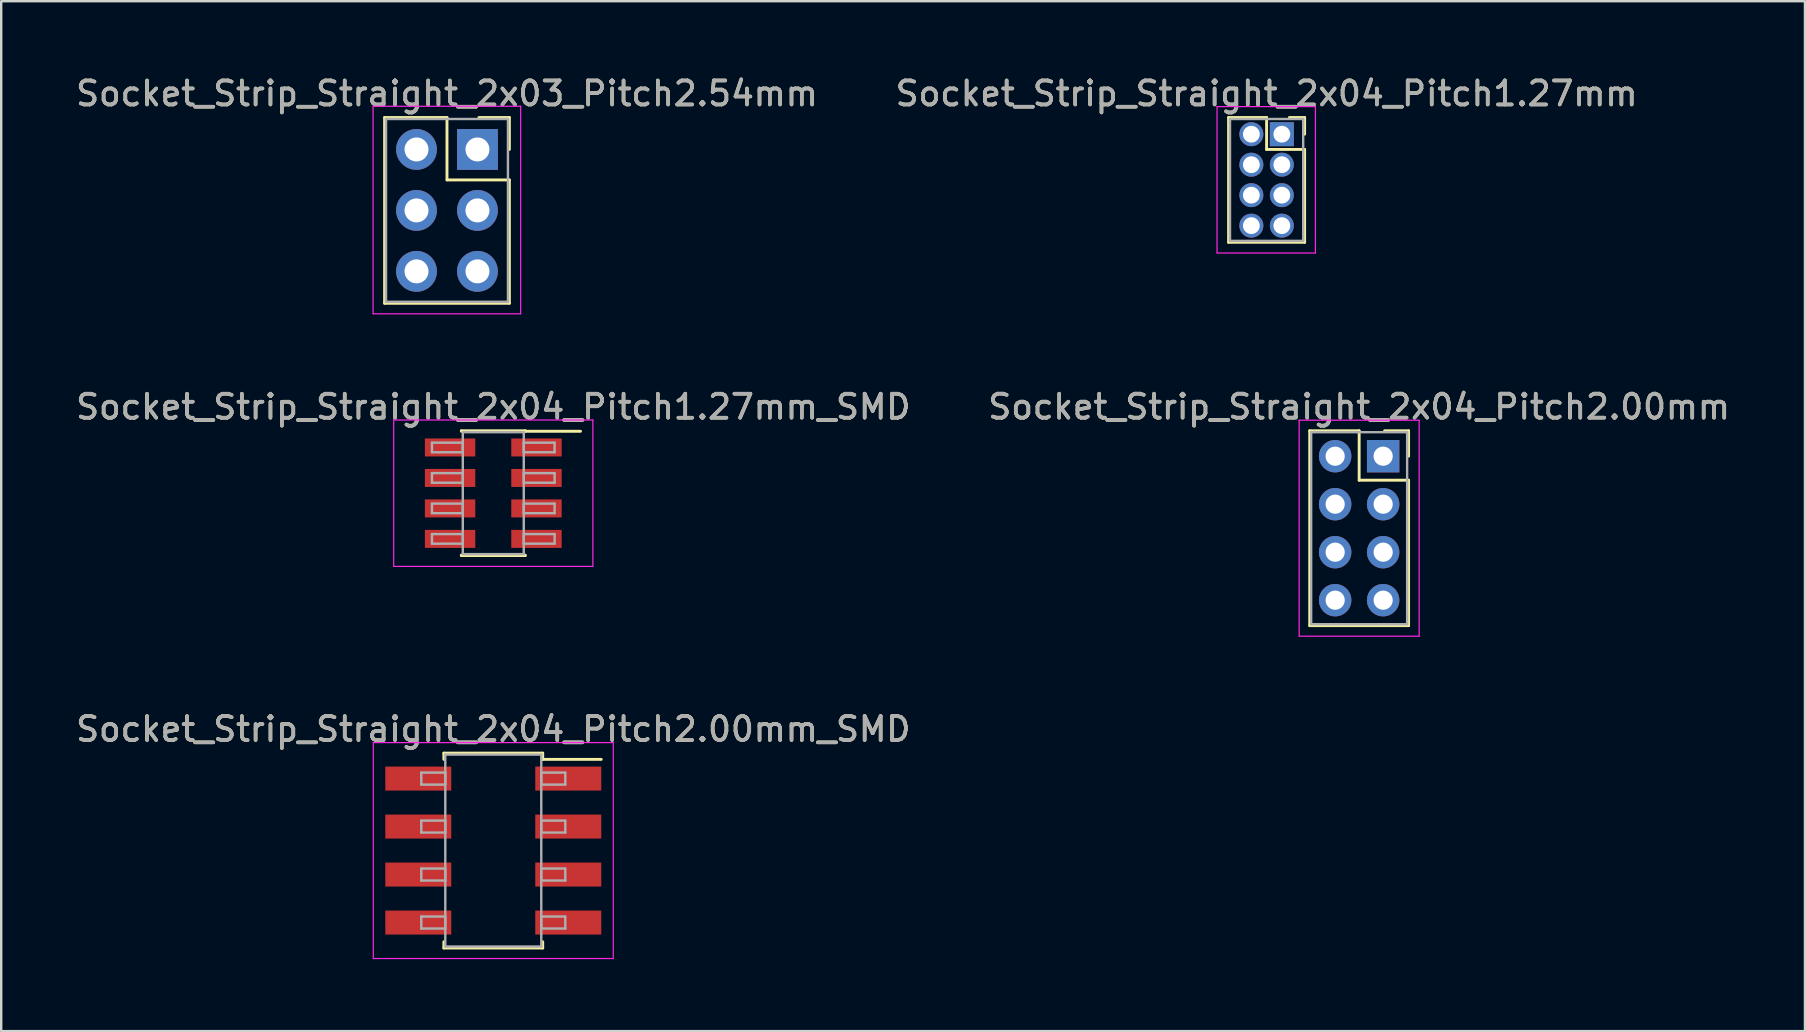
<source format=kicad_pcb>
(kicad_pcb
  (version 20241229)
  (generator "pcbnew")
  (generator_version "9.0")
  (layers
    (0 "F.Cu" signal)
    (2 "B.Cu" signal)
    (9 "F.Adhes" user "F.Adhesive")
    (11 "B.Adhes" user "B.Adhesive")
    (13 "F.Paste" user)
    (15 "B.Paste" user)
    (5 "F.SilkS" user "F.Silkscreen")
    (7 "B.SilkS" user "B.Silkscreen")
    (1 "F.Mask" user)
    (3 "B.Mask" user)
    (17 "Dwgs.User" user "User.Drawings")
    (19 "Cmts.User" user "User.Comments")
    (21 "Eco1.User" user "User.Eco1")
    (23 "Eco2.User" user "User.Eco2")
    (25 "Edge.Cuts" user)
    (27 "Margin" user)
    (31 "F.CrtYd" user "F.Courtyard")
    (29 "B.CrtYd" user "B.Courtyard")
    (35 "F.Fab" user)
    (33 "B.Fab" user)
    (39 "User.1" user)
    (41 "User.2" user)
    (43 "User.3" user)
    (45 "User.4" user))
  (footprint "Socket_Strip_Straight_2x04_Pitch1.27mm_SMD"
    (layer "F.Cu")
    (at 17.506 17.502)
    (property "Reference" "Socket_Strip_Straight_2x04_Pitch1.27mm_SMD" (at 0 -3.6 0) (layer "F.SilkS") (effects (font (size 1 1) (thickness 0.15))))
    (attr smd)
    (fp_line (start -1.33 -2.6) (end 1.33 -2.6) (stroke (width 0.12) (type solid)) (layer "F.SilkS"))
    (fp_line (start -1.33 -2.58) (end -1.33 -2.6) (stroke (width 0.12) (type solid)) (layer "F.SilkS"))
    (fp_line (start -1.33 2.58) (end -1.33 2.6) (stroke (width 0.12) (type solid)) (layer "F.SilkS"))
    (fp_line (start -1.33 2.6) (end 1.33 2.6) (stroke (width 0.12) (type solid)) (layer "F.SilkS"))
    (fp_line (start 1.33 -2.6) (end 1.33 -2.58) (stroke (width 0.12) (type solid)) (layer "F.SilkS"))
    (fp_line (start 1.33 2.6) (end 1.33 2.58) (stroke (width 0.12) (type solid)) (layer "F.SilkS"))
    (fp_line (start 3.635 -2.58) (end 1.33 -2.58) (stroke (width 0.12) (type solid)) (layer "F.SilkS"))
    (fp_line (start -4.15 -3.05) (end -4.15 3.05) (stroke (width 0.05) (type solid)) (layer "F.CrtYd"))
    (fp_line (start -4.15 3.05) (end 4.15 3.05) (stroke (width 0.05) (type solid)) (layer "F.CrtYd"))
    (fp_line (start 4.15 -3.05) (end -4.15 -3.05) (stroke (width 0.05) (type solid)) (layer "F.CrtYd"))
    (fp_line (start 4.15 3.05) (end 4.15 -3.05) (stroke (width 0.05) (type solid)) (layer "F.CrtYd"))
    (fp_line (start -2.555 -2.105) (end -1.27 -2.105) (stroke (width 0.1) (type solid)) (layer "F.Fab"))
    (fp_line (start -2.555 -1.705) (end -2.555 -2.105) (stroke (width 0.1) (type solid)) (layer "F.Fab"))
    (fp_line (start -2.555 -0.835) (end -1.27 -0.835) (stroke (width 0.1) (type solid)) (layer "F.Fab"))
    (fp_line (start -2.555 -0.435) (end -2.555 -0.835) (stroke (width 0.1) (type solid)) (layer "F.Fab"))
    (fp_line (start -2.555 0.435) (end -1.27 0.435) (stroke (width 0.1) (type solid)) (layer "F.Fab"))
    (fp_line (start -2.555 0.835) (end -2.555 0.435) (stroke (width 0.1) (type solid)) (layer "F.Fab"))
    (fp_line (start -2.555 1.705) (end -1.27 1.705) (stroke (width 0.1) (type solid)) (layer "F.Fab"))
    (fp_line (start -2.555 2.105) (end -2.555 1.705) (stroke (width 0.1) (type solid)) (layer "F.Fab"))
    (fp_line (start -1.27 -2.54) (end -1.27 2.54) (stroke (width 0.1) (type solid)) (layer "F.Fab"))
    (fp_line (start -1.27 -2.105) (end -1.27 -1.705) (stroke (width 0.1) (type solid)) (layer "F.Fab"))
    (fp_line (start -1.27 -1.705) (end -2.555 -1.705) (stroke (width 0.1) (type solid)) (layer "F.Fab"))
    (fp_line (start -1.27 -0.835) (end -1.27 -0.435) (stroke (width 0.1) (type solid)) (layer "F.Fab"))
    (fp_line (start -1.27 -0.435) (end -2.555 -0.435) (stroke (width 0.1) (type solid)) (layer "F.Fab"))
    (fp_line (start -1.27 0.435) (end -1.27 0.835) (stroke (width 0.1) (type solid)) (layer "F.Fab"))
    (fp_line (start -1.27 0.835) (end -2.555 0.835) (stroke (width 0.1) (type solid)) (layer "F.Fab"))
    (fp_line (start -1.27 1.705) (end -1.27 2.105) (stroke (width 0.1) (type solid)) (layer "F.Fab"))
    (fp_line (start -1.27 2.105) (end -2.555 2.105) (stroke (width 0.1) (type solid)) (layer "F.Fab"))
    (fp_line (start -1.27 2.54) (end 1.27 2.54) (stroke (width 0.1) (type solid)) (layer "F.Fab"))
    (fp_line (start 1.27 -2.54) (end -1.27 -2.54) (stroke (width 0.1) (type solid)) (layer "F.Fab"))
    (fp_line (start 1.27 -2.105) (end 1.27 -1.705) (stroke (width 0.1) (type solid)) (layer "F.Fab"))
    (fp_line (start 1.27 -1.705) (end 2.555 -1.705) (stroke (width 0.1) (type solid)) (layer "F.Fab"))
    (fp_line (start 1.27 -0.835) (end 1.27 -0.435) (stroke (width 0.1) (type solid)) (layer "F.Fab"))
    (fp_line (start 1.27 -0.435) (end 2.555 -0.435) (stroke (width 0.1) (type solid)) (layer "F.Fab"))
    (fp_line (start 1.27 0.435) (end 1.27 0.835) (stroke (width 0.1) (type solid)) (layer "F.Fab"))
    (fp_line (start 1.27 0.835) (end 2.555 0.835) (stroke (width 0.1) (type solid)) (layer "F.Fab"))
    (fp_line (start 1.27 1.705) (end 1.27 2.105) (stroke (width 0.1) (type solid)) (layer "F.Fab"))
    (fp_line (start 1.27 2.105) (end 2.555 2.105) (stroke (width 0.1) (type solid)) (layer "F.Fab"))
    (fp_line (start 1.27 2.54) (end 1.27 -2.54) (stroke (width 0.1) (type solid)) (layer "F.Fab"))
    (fp_line (start 2.555 -2.105) (end 1.27 -2.105) (stroke (width 0.1) (type solid)) (layer "F.Fab"))
    (fp_line (start 2.555 -1.705) (end 2.555 -2.105) (stroke (width 0.1) (type solid)) (layer "F.Fab"))
    (fp_line (start 2.555 -0.835) (end 1.27 -0.835) (stroke (width 0.1) (type solid)) (layer "F.Fab"))
    (fp_line (start 2.555 -0.435) (end 2.555 -0.835) (stroke (width 0.1) (type solid)) (layer "F.Fab"))
    (fp_line (start 2.555 0.435) (end 1.27 0.435) (stroke (width 0.1) (type solid)) (layer "F.Fab"))
    (fp_line (start 2.555 0.835) (end 2.555 0.435) (stroke (width 0.1) (type solid)) (layer "F.Fab"))
    (fp_line (start 2.555 1.705) (end 1.27 1.705) (stroke (width 0.1) (type solid)) (layer "F.Fab"))
    (fp_line (start 2.555 2.105) (end 2.555 1.705) (stroke (width 0.1) (type solid)) (layer "F.Fab"))
    (fp_text user "${REFERENCE}" (at 0 -3.6 0) (layer "F.Fab") (effects (font (size 1 1) (thickness 0.15))))
    (pad "1" smd rect (at 1.8 -1.905) (size 2.1 0.75) (layers "F.Cu" "F.Mask" "F.Paste"))
    (pad "2" smd rect (at -1.8 -1.905) (size 2.1 0.75) (layers "F.Cu" "F.Mask" "F.Paste"))
    (pad "3" smd rect (at 1.8 -0.635) (size 2.1 0.75) (layers "F.Cu" "F.Mask" "F.Paste"))
    (pad "4" smd rect (at -1.8 -0.635) (size 2.1 0.75) (layers "F.Cu" "F.Mask" "F.Paste"))
    (pad "5" smd rect (at 1.8 0.635) (size 2.1 0.75) (layers "F.Cu" "F.Mask" "F.Paste"))
    (pad "6" smd rect (at -1.8 0.635) (size 2.1 0.75) (layers "F.Cu" "F.Mask" "F.Paste"))
    (pad "7" smd rect (at 1.8 1.905) (size 2.1 0.75) (layers "F.Cu" "F.Mask" "F.Paste"))
    (pad "8" smd rect (at -1.8 1.905) (size 2.1 0.75) (layers "F.Cu" "F.Mask" "F.Paste")))
  (footprint "Socket_Strip_Straight_2x04_Pitch2.00mm"
    (layer "F.Cu")
    (at 54.589 15.961)
    (property "Reference" "Socket_Strip_Straight_2x04_Pitch2.00mm" (at -1 -2.06 0) (layer "F.SilkS") (effects (font (size 1 1) (thickness 0.15))))
    (attr through_hole)
    (fp_line (start -3.06 -1.06) (end -1 -1.06) (stroke (width 0.12) (type solid)) (layer "F.SilkS"))
    (fp_line (start -3.06 7.06) (end -3.06 -1.06) (stroke (width 0.12) (type solid)) (layer "F.SilkS"))
    (fp_line (start -1 -1.06) (end -1 1) (stroke (width 0.12) (type solid)) (layer "F.SilkS"))
    (fp_line (start -1 1) (end 1.06 1) (stroke (width 0.12) (type solid)) (layer "F.SilkS"))
    (fp_line (start 1.06 -1.06) (end 0.06 -1.06) (stroke (width 0.12) (type solid)) (layer "F.SilkS"))
    (fp_line (start 1.06 0) (end 1.06 -1.06) (stroke (width 0.12) (type solid)) (layer "F.SilkS"))
    (fp_line (start 1.06 1) (end 1.06 7.06) (stroke (width 0.12) (type solid)) (layer "F.SilkS"))
    (fp_line (start 1.06 7.06) (end -3.06 7.06) (stroke (width 0.12) (type solid)) (layer "F.SilkS"))
    (fp_line (start -3.5 -1.5) (end -3.5 7.5) (stroke (width 0.05) (type solid)) (layer "F.CrtYd"))
    (fp_line (start -3.5 7.5) (end 1.5 7.5) (stroke (width 0.05) (type solid)) (layer "F.CrtYd"))
    (fp_line (start 1.5 -1.5) (end -3.5 -1.5) (stroke (width 0.05) (type solid)) (layer "F.CrtYd"))
    (fp_line (start 1.5 7.5) (end 1.5 -1.5) (stroke (width 0.05) (type solid)) (layer "F.CrtYd"))
    (fp_line (start -3 -1) (end -3 7) (stroke (width 0.1) (type solid)) (layer "F.Fab"))
    (fp_line (start -3 7) (end 1 7) (stroke (width 0.1) (type solid)) (layer "F.Fab"))
    (fp_line (start 1 -1) (end -3 -1) (stroke (width 0.1) (type solid)) (layer "F.Fab"))
    (fp_line (start 1 7) (end 1 -1) (stroke (width 0.1) (type solid)) (layer "F.Fab"))
    (fp_text user "${REFERENCE}" (at -1 -2.06 0) (layer "F.Fab") (effects (font (size 1 1) (thickness 0.15))))
    (pad "1" thru_hole rect (at 0 0) (size 1.35 1.35) (drill 0.8) (layers "*.Cu" "*.Mask"))
    (pad "2" thru_hole oval (at -2 0) (size 1.35 1.35) (drill 0.8) (layers "*.Cu" "*.Mask"))
    (pad "3" thru_hole oval (at 0 2) (size 1.35 1.35) (drill 0.8) (layers "*.Cu" "*.Mask"))
    (pad "4" thru_hole oval (at -2 2) (size 1.35 1.35) (drill 0.8) (layers "*.Cu" "*.Mask"))
    (pad "5" thru_hole oval (at 0 4) (size 1.35 1.35) (drill 0.8) (layers "*.Cu" "*.Mask"))
    (pad "6" thru_hole oval (at -2 4) (size 1.35 1.35) (drill 0.8) (layers "*.Cu" "*.Mask"))
    (pad "7" thru_hole oval (at 0 6) (size 1.35 1.35) (drill 0.8) (layers "*.Cu" "*.Mask"))
    (pad "8" thru_hole oval (at -2 6) (size 1.35 1.35) (drill 0.8) (layers "*.Cu" "*.Mask")))
  (footprint "Socket_Strip_Straight_2x04_Pitch1.27mm"
    (layer "F.Cu")
    (at 50.367 2.543)
    (property "Reference" "Socket_Strip_Straight_2x04_Pitch1.27mm" (at -0.635 -1.695 0) (layer "F.SilkS") (effects (font (size 1 1) (thickness 0.15))))
    (attr through_hole)
    (fp_line (start -2.22 -0.695) (end -0.635 -0.695) (stroke (width 0.12) (type solid)) (layer "F.SilkS"))
    (fp_line (start -2.22 4.505) (end -2.22 -0.695) (stroke (width 0.12) (type solid)) (layer "F.SilkS"))
    (fp_line (start -0.635 -0.695) (end -0.635 0.635) (stroke (width 0.12) (type solid)) (layer "F.SilkS"))
    (fp_line (start -0.635 0.635) (end 0.95 0.635) (stroke (width 0.12) (type solid)) (layer "F.SilkS"))
    (fp_line (start 0.95 -0.695) (end 0.315 -0.695) (stroke (width 0.12) (type solid)) (layer "F.SilkS"))
    (fp_line (start 0.95 0) (end 0.95 -0.695) (stroke (width 0.12) (type solid)) (layer "F.SilkS"))
    (fp_line (start 0.95 0.635) (end 0.95 4.505) (stroke (width 0.12) (type solid)) (layer "F.SilkS"))
    (fp_line (start 0.95 4.505) (end -2.22 4.505) (stroke (width 0.12) (type solid)) (layer "F.SilkS"))
    (fp_line (start -2.7 -1.15) (end -2.7 4.95) (stroke (width 0.05) (type solid)) (layer "F.CrtYd"))
    (fp_line (start -2.7 4.95) (end 1.4 4.95) (stroke (width 0.05) (type solid)) (layer "F.CrtYd"))
    (fp_line (start 1.4 -1.15) (end -2.7 -1.15) (stroke (width 0.05) (type solid)) (layer "F.CrtYd"))
    (fp_line (start 1.4 4.95) (end 1.4 -1.15) (stroke (width 0.05) (type solid)) (layer "F.CrtYd"))
    (fp_line (start -2.16 -0.635) (end -2.16 4.445) (stroke (width 0.1) (type solid)) (layer "F.Fab"))
    (fp_line (start -2.16 4.445) (end 0.89 4.445) (stroke (width 0.1) (type solid)) (layer "F.Fab"))
    (fp_line (start 0.89 -0.635) (end -2.16 -0.635) (stroke (width 0.1) (type solid)) (layer "F.Fab"))
    (fp_line (start 0.89 4.445) (end 0.89 -0.635) (stroke (width 0.1) (type solid)) (layer "F.Fab"))
    (fp_text user "${REFERENCE}" (at -0.635 -1.695 0) (layer "F.Fab") (effects (font (size 1 1) (thickness 0.15))))
    (pad "1" thru_hole rect (at 0 0) (size 1 1) (drill 0.7) (layers "*.Cu" "*.Mask"))
    (pad "2" thru_hole oval (at -1.27 0) (size 1 1) (drill 0.7) (layers "*.Cu" "*.Mask"))
    (pad "3" thru_hole oval (at 0 1.27) (size 1 1) (drill 0.7) (layers "*.Cu" "*.Mask"))
    (pad "4" thru_hole oval (at -1.27 1.27) (size 1 1) (drill 0.7) (layers "*.Cu" "*.Mask"))
    (pad "5" thru_hole oval (at 0 2.54) (size 1 1) (drill 0.7) (layers "*.Cu" "*.Mask"))
    (pad "6" thru_hole oval (at -1.27 2.54) (size 1 1) (drill 0.7) (layers "*.Cu" "*.Mask"))
    (pad "7" thru_hole oval (at 0 3.81) (size 1 1) (drill 0.7) (layers "*.Cu" "*.Mask"))
    (pad "8" thru_hole oval (at -1.27 3.81) (size 1 1) (drill 0.7) (layers "*.Cu" "*.Mask")))
  (footprint "Socket_Strip_Straight_2x03_Pitch2.54mm"
    (layer "F.Cu")
    (at 16.847 3.178)
    (property "Reference" "Socket_Strip_Straight_2x03_Pitch2.54mm" (at -1.27 -2.33 0) (layer "F.SilkS") (effects (font (size 1 1) (thickness 0.15))))
    (attr through_hole)
    (fp_line (start -3.87 -1.33) (end -1.27 -1.33) (stroke (width 0.12) (type solid)) (layer "F.SilkS"))
    (fp_line (start -3.87 6.41) (end -3.87 -1.33) (stroke (width 0.12) (type solid)) (layer "F.SilkS"))
    (fp_line (start -1.27 -1.33) (end -1.27 1.27) (stroke (width 0.12) (type solid)) (layer "F.SilkS"))
    (fp_line (start -1.27 1.27) (end 1.33 1.27) (stroke (width 0.12) (type solid)) (layer "F.SilkS"))
    (fp_line (start 1.33 -1.33) (end 0.06 -1.33) (stroke (width 0.12) (type solid)) (layer "F.SilkS"))
    (fp_line (start 1.33 0) (end 1.33 -1.33) (stroke (width 0.12) (type solid)) (layer "F.SilkS"))
    (fp_line (start 1.33 1.27) (end 1.33 6.41) (stroke (width 0.12) (type solid)) (layer "F.SilkS"))
    (fp_line (start 1.33 6.41) (end -3.87 6.41) (stroke (width 0.12) (type solid)) (layer "F.SilkS"))
    (fp_line (start -4.35 -1.8) (end -4.35 6.85) (stroke (width 0.05) (type solid)) (layer "F.CrtYd"))
    (fp_line (start -4.35 6.85) (end 1.8 6.85) (stroke (width 0.05) (type solid)) (layer "F.CrtYd"))
    (fp_line (start 1.8 -1.8) (end -4.35 -1.8) (stroke (width 0.05) (type solid)) (layer "F.CrtYd"))
    (fp_line (start 1.8 6.85) (end 1.8 -1.8) (stroke (width 0.05) (type solid)) (layer "F.CrtYd"))
    (fp_line (start -3.81 -1.27) (end -3.81 6.35) (stroke (width 0.1) (type solid)) (layer "F.Fab"))
    (fp_line (start -3.81 6.35) (end 1.27 6.35) (stroke (width 0.1) (type solid)) (layer "F.Fab"))
    (fp_line (start 1.27 -1.27) (end -3.81 -1.27) (stroke (width 0.1) (type solid)) (layer "F.Fab"))
    (fp_line (start 1.27 6.35) (end 1.27 -1.27) (stroke (width 0.1) (type solid)) (layer "F.Fab"))
    (fp_text user "${REFERENCE}" (at -1.27 -2.33 0) (layer "F.Fab") (effects (font (size 1 1) (thickness 0.15))))
    (pad "1" thru_hole rect (at 0 0) (size 1.7 1.7) (drill 1) (layers "*.Cu" "*.Mask"))
    (pad "2" thru_hole oval (at -2.54 0) (size 1.7 1.7) (drill 1) (layers "*.Cu" "*.Mask"))
    (pad "3" thru_hole oval (at 0 2.54) (size 1.7 1.7) (drill 1) (layers "*.Cu" "*.Mask"))
    (pad "4" thru_hole oval (at -2.54 2.54) (size 1.7 1.7) (drill 1) (layers "*.Cu" "*.Mask"))
    (pad "5" thru_hole oval (at 0 5.08) (size 1.7 1.7) (drill 1) (layers "*.Cu" "*.Mask"))
    (pad "6" thru_hole oval (at -2.54 5.08) (size 1.7 1.7) (drill 1) (layers "*.Cu" "*.Mask")))
  (footprint "Socket_Strip_Straight_2x04_Pitch2.00mm_SMD"
    (layer "F.Cu")
    (at 17.506 32.395)
    (property "Reference" "Socket_Strip_Straight_2x04_Pitch2.00mm_SMD" (at 0 -5.06 0) (layer "F.SilkS") (effects (font (size 1 1) (thickness 0.15))))
    (attr smd)
    (fp_line (start -2.06 -4.06) (end 2.06 -4.06) (stroke (width 0.12) (type solid)) (layer "F.SilkS"))
    (fp_line (start -2.06 -3.8) (end -2.06 -4.06) (stroke (width 0.12) (type solid)) (layer "F.SilkS"))
    (fp_line (start -2.06 3.8) (end -2.06 4.06) (stroke (width 0.12) (type solid)) (layer "F.SilkS"))
    (fp_line (start -2.06 4.06) (end 2.06 4.06) (stroke (width 0.12) (type solid)) (layer "F.SilkS"))
    (fp_line (start 2.06 -4.06) (end 2.06 -3.8) (stroke (width 0.12) (type solid)) (layer "F.SilkS"))
    (fp_line (start 2.06 4.06) (end 2.06 3.8) (stroke (width 0.12) (type solid)) (layer "F.SilkS"))
    (fp_line (start 4.5 -3.8) (end 2.06 -3.8) (stroke (width 0.12) (type solid)) (layer "F.SilkS"))
    (fp_line (start -5 -4.5) (end -5 4.5) (stroke (width 0.05) (type solid)) (layer "F.CrtYd"))
    (fp_line (start -5 4.5) (end 5 4.5) (stroke (width 0.05) (type solid)) (layer "F.CrtYd"))
    (fp_line (start 5 -4.5) (end -5 -4.5) (stroke (width 0.05) (type solid)) (layer "F.CrtYd"))
    (fp_line (start 5 4.5) (end 5 -4.5) (stroke (width 0.05) (type solid)) (layer "F.CrtYd"))
    (fp_line (start -3 -3.25) (end -2 -3.25) (stroke (width 0.1) (type solid)) (layer "F.Fab"))
    (fp_line (start -3 -2.75) (end -3 -3.25) (stroke (width 0.1) (type solid)) (layer "F.Fab"))
    (fp_line (start -3 -1.25) (end -2 -1.25) (stroke (width 0.1) (type solid)) (layer "F.Fab"))
    (fp_line (start -3 -0.75) (end -3 -1.25) (stroke (width 0.1) (type solid)) (layer "F.Fab"))
    (fp_line (start -3 0.75) (end -2 0.75) (stroke (width 0.1) (type solid)) (layer "F.Fab"))
    (fp_line (start -3 1.25) (end -3 0.75) (stroke (width 0.1) (type solid)) (layer "F.Fab"))
    (fp_line (start -3 2.75) (end -2 2.75) (stroke (width 0.1) (type solid)) (layer "F.Fab"))
    (fp_line (start -3 3.25) (end -3 2.75) (stroke (width 0.1) (type solid)) (layer "F.Fab"))
    (fp_line (start -2 -4) (end -2 4) (stroke (width 0.1) (type solid)) (layer "F.Fab"))
    (fp_line (start -2 -3.25) (end -2 -2.75) (stroke (width 0.1) (type solid)) (layer "F.Fab"))
    (fp_line (start -2 -2.75) (end -3 -2.75) (stroke (width 0.1) (type solid)) (layer "F.Fab"))
    (fp_line (start -2 -1.25) (end -2 -0.75) (stroke (width 0.1) (type solid)) (layer "F.Fab"))
    (fp_line (start -2 -0.75) (end -3 -0.75) (stroke (width 0.1) (type solid)) (layer "F.Fab"))
    (fp_line (start -2 0.75) (end -2 1.25) (stroke (width 0.1) (type solid)) (layer "F.Fab"))
    (fp_line (start -2 1.25) (end -3 1.25) (stroke (width 0.1) (type solid)) (layer "F.Fab"))
    (fp_line (start -2 2.75) (end -2 3.25) (stroke (width 0.1) (type solid)) (layer "F.Fab"))
    (fp_line (start -2 3.25) (end -3 3.25) (stroke (width 0.1) (type solid)) (layer "F.Fab"))
    (fp_line (start -2 4) (end 2 4) (stroke (width 0.1) (type solid)) (layer "F.Fab"))
    (fp_line (start 2 -4) (end -2 -4) (stroke (width 0.1) (type solid)) (layer "F.Fab"))
    (fp_line (start 2 -3.25) (end 2 -2.75) (stroke (width 0.1) (type solid)) (layer "F.Fab"))
    (fp_line (start 2 -2.75) (end 3 -2.75) (stroke (width 0.1) (type solid)) (layer "F.Fab"))
    (fp_line (start 2 -1.25) (end 2 -0.75) (stroke (width 0.1) (type solid)) (layer "F.Fab"))
    (fp_line (start 2 -0.75) (end 3 -0.75) (stroke (width 0.1) (type solid)) (layer "F.Fab"))
    (fp_line (start 2 0.75) (end 2 1.25) (stroke (width 0.1) (type solid)) (layer "F.Fab"))
    (fp_line (start 2 1.25) (end 3 1.25) (stroke (width 0.1) (type solid)) (layer "F.Fab"))
    (fp_line (start 2 2.75) (end 2 3.25) (stroke (width 0.1) (type solid)) (layer "F.Fab"))
    (fp_line (start 2 3.25) (end 3 3.25) (stroke (width 0.1) (type solid)) (layer "F.Fab"))
    (fp_line (start 2 4) (end 2 -4) (stroke (width 0.1) (type solid)) (layer "F.Fab"))
    (fp_line (start 3 -3.25) (end 2 -3.25) (stroke (width 0.1) (type solid)) (layer "F.Fab"))
    (fp_line (start 3 -2.75) (end 3 -3.25) (stroke (width 0.1) (type solid)) (layer "F.Fab"))
    (fp_line (start 3 -1.25) (end 2 -1.25) (stroke (width 0.1) (type solid)) (layer "F.Fab"))
    (fp_line (start 3 -0.75) (end 3 -1.25) (stroke (width 0.1) (type solid)) (layer "F.Fab"))
    (fp_line (start 3 0.75) (end 2 0.75) (stroke (width 0.1) (type solid)) (layer "F.Fab"))
    (fp_line (start 3 1.25) (end 3 0.75) (stroke (width 0.1) (type solid)) (layer "F.Fab"))
    (fp_line (start 3 2.75) (end 2 2.75) (stroke (width 0.1) (type solid)) (layer "F.Fab"))
    (fp_line (start 3 3.25) (end 3 2.75) (stroke (width 0.1) (type solid)) (layer "F.Fab"))
    (fp_text user "${REFERENCE}" (at 0 -5.06 0) (layer "F.Fab") (effects (font (size 1 1) (thickness 0.15))))
    (pad "1" smd rect (at 3.125 -3) (size 2.75 1) (layers "F.Cu" "F.Mask" "F.Paste"))
    (pad "2" smd rect (at -3.125 -3) (size 2.75 1) (layers "F.Cu" "F.Mask" "F.Paste"))
    (pad "3" smd rect (at 3.125 -1) (size 2.75 1) (layers "F.Cu" "F.Mask" "F.Paste"))
    (pad "4" smd rect (at -3.125 -1) (size 2.75 1) (layers "F.Cu" "F.Mask" "F.Paste"))
    (pad "5" smd rect (at 3.125 1) (size 2.75 1) (layers "F.Cu" "F.Mask" "F.Paste"))
    (pad "6" smd rect (at -3.125 1) (size 2.75 1) (layers "F.Cu" "F.Mask" "F.Paste"))
    (pad "7" smd rect (at 3.125 3) (size 2.75 1) (layers "F.Cu" "F.Mask" "F.Paste"))
    (pad "8" smd rect (at -3.125 3) (size 2.75 1) (layers "F.Cu" "F.Mask" "F.Paste")))
  (gr_rect
    (start -3 -3)
    (end 72.167 39.92)
    (stroke (width 0.1) (type default))
    (fill no)
    (layer "Edge.Cuts")))
</source>
